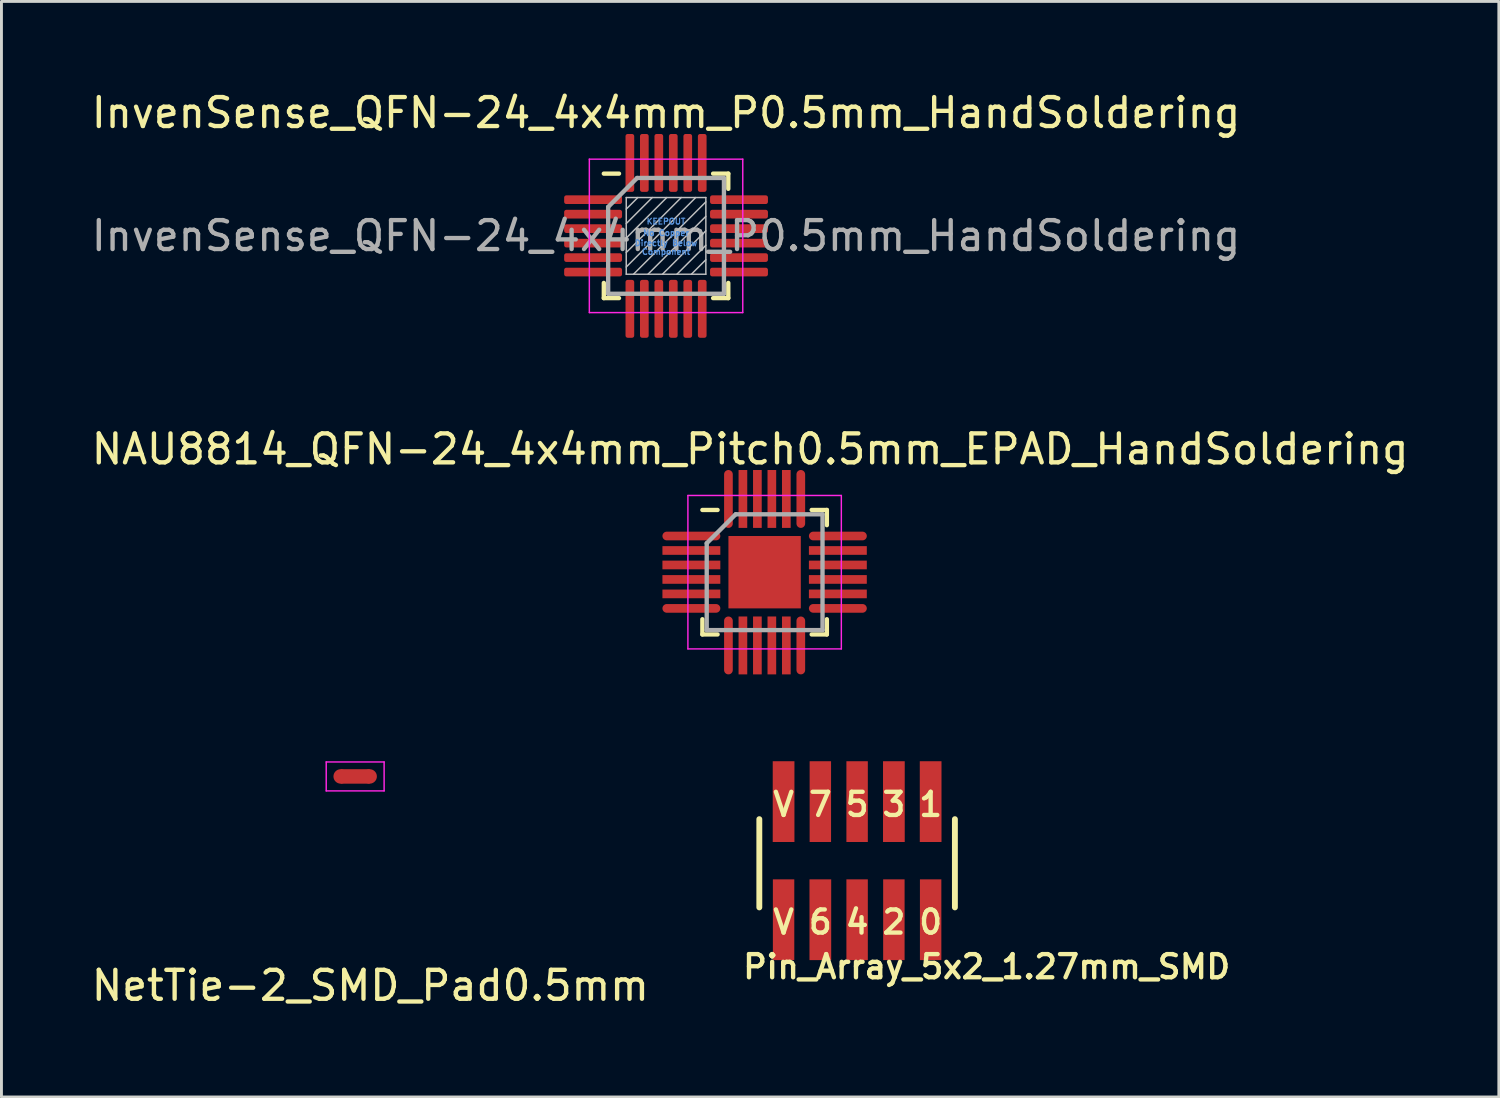
<source format=kicad_pcb>
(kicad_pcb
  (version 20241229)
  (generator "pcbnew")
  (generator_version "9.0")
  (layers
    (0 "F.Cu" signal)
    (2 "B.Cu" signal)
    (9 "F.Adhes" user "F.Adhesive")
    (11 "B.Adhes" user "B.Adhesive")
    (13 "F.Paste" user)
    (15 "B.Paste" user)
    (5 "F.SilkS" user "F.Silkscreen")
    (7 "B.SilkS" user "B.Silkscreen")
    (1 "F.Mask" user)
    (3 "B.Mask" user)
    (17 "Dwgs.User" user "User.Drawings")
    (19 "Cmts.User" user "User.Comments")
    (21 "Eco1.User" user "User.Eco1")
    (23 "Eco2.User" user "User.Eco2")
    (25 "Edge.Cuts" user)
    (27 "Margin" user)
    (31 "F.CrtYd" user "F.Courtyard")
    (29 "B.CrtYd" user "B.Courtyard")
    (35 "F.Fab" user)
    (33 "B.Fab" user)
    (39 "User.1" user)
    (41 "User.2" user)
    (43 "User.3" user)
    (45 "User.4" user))
  (footprint "NetTie-2_SMD_Pad0.5mm"
    (layer "F.Cu")
    (at 9.219 23.771)
    (property "Reference" "NetTie-2_SMD_Pad0.5mm" (at 0.525 7.225 0) (layer "F.SilkS") (effects (font (size 1 1) (thickness 0.15))))
    (attr exclude_from_pos_files exclude_from_bom)
    (fp_poly (pts (xy -0.5 -0.25) (xy 0.5 -0.25) (xy 0.5 0.25) (xy -0.5 0.25)) (stroke (width 0) (type solid)) (fill yes) (layer "F.Cu"))
    (fp_line (start -1 -0.5) (end -1 0.5) (stroke (width 0.05) (type solid)) (layer "F.CrtYd"))
    (fp_line (start -1 0.5) (end 1 0.5) (stroke (width 0.05) (type solid)) (layer "F.CrtYd"))
    (fp_line (start 1 -0.5) (end -1 -0.5) (stroke (width 0.05) (type solid)) (layer "F.CrtYd"))
    (fp_line (start 1 0.5) (end 1 -0.5) (stroke (width 0.05) (type solid)) (layer "F.CrtYd"))
    (pad "1" smd circle (at -0.5 0) (size 0.5 0.5) (layers "F.Cu"))
    (pad "2" smd circle (at 0.5 0) (size 0.5 0.5) (layers "F.Cu")))
  (footprint "Pin_Array_5x2_1.27mm_SMD"
    (layer "F.Cu")
    (at 26.558 26.771)
    (property "Reference" "Pin_Array_5x2_1.27mm_SMD" (at 4.475 3.575 0) (layer "F.SilkS") (effects (font (size 0.8 0.8) (thickness 0.15))))
    (attr through_hole)
    (fp_line (start -3.378 -1.524) (end -3.378 1.524) (stroke (width 0.203) (type solid)) (layer "F.SilkS"))
    (fp_line (start 3.378 1.524) (end 3.378 -1.524) (stroke (width 0.203) (type solid)) (layer "F.SilkS"))
    (fp_text user "1" (at 2.54 -2.032 0) (layer "F.SilkS") (effects (font (size 0.8 0.8) (thickness 0.15))))
    (fp_text user "4" (at 0 2.032 0) (layer "F.SilkS") (effects (font (size 0.8 0.8) (thickness 0.15))))
    (fp_text user "6" (at -1.27 2.032 0) (layer "F.SilkS") (effects (font (size 0.8 0.8) (thickness 0.15))))
    (fp_text user "5" (at 0 -2.032 0) (layer "F.SilkS") (effects (font (size 0.8 0.8) (thickness 0.15))))
    (fp_text user "2" (at 1.27 2.032 0) (layer "F.SilkS") (effects (font (size 0.8 0.8) (thickness 0.15))))
    (fp_text user "V" (at -2.54 2.032 0) (layer "F.SilkS") (effects (font (size 0.8 0.8) (thickness 0.15))))
    (fp_text user "7" (at -1.27 -2.032 0) (layer "F.SilkS") (effects (font (size 0.8 0.8) (thickness 0.15))))
    (fp_text user "3" (at 1.27 -2.032 0) (layer "F.SilkS") (effects (font (size 0.8 0.8) (thickness 0.15))))
    (fp_text user "0" (at 2.54 2.032 0) (layer "F.SilkS") (effects (font (size 0.8 0.8) (thickness 0.15))))
    (fp_text user "V" (at -2.54 -2.032 0) (layer "F.SilkS") (effects (font (size 0.8 0.8) (thickness 0.15))))
    (pad "1" smd rect (at 2.54 -2.13) (size 0.75 2.79) (layers "F.Cu" "F.Mask" "F.Paste"))
    (pad "2" smd rect (at 2.54 1.95) (size 0.74 2.79) (layers "F.Cu" "F.Mask" "F.Paste"))
    (pad "3" smd rect (at 1.27 -2.13) (size 0.75 2.79) (layers "F.Cu" "F.Mask" "F.Paste"))
    (pad "4" smd rect (at 1.27 1.95) (size 0.74 2.79) (layers "F.Cu" "F.Mask" "F.Paste"))
    (pad "5" smd rect (at 0 -2.13) (size 0.74 2.79) (layers "F.Cu" "F.Mask" "F.Paste"))
    (pad "6" smd rect (at 0 1.95) (size 0.74 2.79) (layers "F.Cu" "F.Mask" "F.Paste"))
    (pad "7" smd rect (at -1.27 -2.13) (size 0.74 2.79) (layers "F.Cu" "F.Mask" "F.Paste"))
    (pad "8" smd rect (at -1.27 1.95) (size 0.75 2.79) (layers "F.Cu" "F.Mask" "F.Paste"))
    (pad "9" smd rect (at -2.54 -2.13) (size 0.75 2.79) (layers "F.Cu" "F.Mask" "F.Paste"))
    (pad "10" smd rect (at -2.54 1.95) (size 0.74 2.79) (layers "F.Cu" "F.Mask" "F.Paste")))
  (footprint "InvenSense_QFN-24_4x4mm_P0.5mm_HandSoldering"
    (layer "F.Cu")
    (at 19.958 5.098)
    (property "Reference" "InvenSense_QFN-24_4x4mm_P0.5mm_HandSoldering" (at 0 -4.25 0) (layer "F.SilkS") (effects (font (size 1 1) (thickness 0.15))))
    (attr smd)
    (fp_line (start -2.15 -2.15) (end -1.625 -2.15) (stroke (width 0.15) (type solid)) (layer "F.SilkS"))
    (fp_line (start -2.15 2.15) (end -2.15 1.625) (stroke (width 0.15) (type solid)) (layer "F.SilkS"))
    (fp_line (start -2.15 2.15) (end -1.625 2.15) (stroke (width 0.15) (type solid)) (layer "F.SilkS"))
    (fp_line (start 2.15 -2.15) (end 1.625 -2.15) (stroke (width 0.15) (type solid)) (layer "F.SilkS"))
    (fp_line (start 2.15 -2.15) (end 2.15 -1.625) (stroke (width 0.15) (type solid)) (layer "F.SilkS"))
    (fp_line (start 2.15 2.15) (end 1.625 2.15) (stroke (width 0.15) (type solid)) (layer "F.SilkS"))
    (fp_line (start 2.15 2.15) (end 2.15 1.625) (stroke (width 0.15) (type solid)) (layer "F.SilkS"))
    (fp_line (start -1.375 1.325) (end -1.375 -1.325) (stroke (width 0.05) (type solid)) (layer "Dwgs.User"))
    (fp_line (start -0.975 -1.325) (end -1.375 -0.925) (stroke (width 0.05) (type solid)) (layer "Dwgs.User"))
    (fp_line (start -0.475 -1.325) (end -1.375 -0.425) (stroke (width 0.05) (type solid)) (layer "Dwgs.User"))
    (fp_line (start 0.025 -1.325) (end -1.375 0.075) (stroke (width 0.05) (type solid)) (layer "Dwgs.User"))
    (fp_line (start 0.525 -1.325) (end -1.375 0.575) (stroke (width 0.05) (type solid)) (layer "Dwgs.User"))
    (fp_line (start 1.025 -1.325) (end -1.375 1.075) (stroke (width 0.05) (type solid)) (layer "Dwgs.User"))
    (fp_line (start 1.375 -1.325) (end -1.375 -1.325) (stroke (width 0.05) (type solid)) (layer "Dwgs.User"))
    (fp_line (start 1.375 -1.175) (end -1.125 1.325) (stroke (width 0.05) (type solid)) (layer "Dwgs.User"))
    (fp_line (start 1.375 -0.675) (end -0.625 1.325) (stroke (width 0.05) (type solid)) (layer "Dwgs.User"))
    (fp_line (start 1.375 -0.175) (end -0.125 1.325) (stroke (width 0.05) (type solid)) (layer "Dwgs.User"))
    (fp_line (start 1.375 0.325) (end 0.375 1.325) (stroke (width 0.05) (type solid)) (layer "Dwgs.User"))
    (fp_line (start 1.375 0.825) (end 0.875 1.325) (stroke (width 0.05) (type solid)) (layer "Dwgs.User"))
    (fp_line (start 1.375 1.325) (end -1.375 1.325) (stroke (width 0.05) (type solid)) (layer "Dwgs.User"))
    (fp_line (start 1.375 1.325) (end 1.375 -1.325) (stroke (width 0.05) (type solid)) (layer "Dwgs.User"))
    (fp_line (start -2.65 -2.65) (end -2.65 2.65) (stroke (width 0.05) (type solid)) (layer "F.CrtYd"))
    (fp_line (start -2.65 -2.65) (end 2.65 -2.65) (stroke (width 0.05) (type solid)) (layer "F.CrtYd"))
    (fp_line (start -2.65 2.65) (end 2.65 2.65) (stroke (width 0.05) (type solid)) (layer "F.CrtYd"))
    (fp_line (start 2.65 -2.65) (end 2.65 2.65) (stroke (width 0.05) (type solid)) (layer "F.CrtYd"))
    (fp_line (start -2 -1) (end -1 -2) (stroke (width 0.15) (type solid)) (layer "F.Fab"))
    (fp_line (start -2 2) (end -2 -1) (stroke (width 0.15) (type solid)) (layer "F.Fab"))
    (fp_line (start -1 -2) (end 2 -2) (stroke (width 0.15) (type solid)) (layer "F.Fab"))
    (fp_line (start 2 -2) (end 2 2) (stroke (width 0.15) (type solid)) (layer "F.Fab"))
    (fp_line (start 2 2) (end -2 2) (stroke (width 0.15) (type solid)) (layer "F.Fab"))
    (fp_text user "Component" (at 0 0.55 0) (layer "Cmts.User") (effects (font (size 0.2 0.2) (thickness 0.04))))
    (fp_text user "No Copper" (at 0 -0.1 0) (layer "Cmts.User") (effects (font (size 0.2 0.2) (thickness 0.04))))
    (fp_text user "Directly Below" (at 0 0.25 0) (layer "Cmts.User") (effects (font (size 0.2 0.2) (thickness 0.04))))
    (fp_text user "KEEPOUT" (at 0 -0.5 0) (layer "Cmts.User") (effects (font (size 0.2 0.2) (thickness 0.04))))
    (fp_text user "${REFERENCE}" (at 0 0 0) (layer "F.Fab") (effects (font (size 1 1) (thickness 0.15))))
    (pad "1" smd roundrect (at -1.95 -1.25) (size 2 0.3) (drill (offset -0.57 0)) (layers "F.Cu" "F.Mask" "F.Paste") (roundrect_rratio 0.25))
    (pad "2" smd roundrect (at -1.95 -0.75) (size 2 0.3) (drill (offset -0.57 0)) (layers "F.Cu" "F.Mask" "F.Paste") (roundrect_rratio 0.25))
    (pad "3" smd roundrect (at -1.95 -0.25) (size 2 0.3) (drill (offset -0.57 0)) (layers "F.Cu" "F.Mask" "F.Paste") (roundrect_rratio 0.25))
    (pad "4" smd roundrect (at -1.95 0.25) (size 2 0.3) (drill (offset -0.57 0)) (layers "F.Cu" "F.Mask" "F.Paste") (roundrect_rratio 0.25))
    (pad "5" smd roundrect (at -1.95 0.75) (size 2 0.3) (drill (offset -0.57 0)) (layers "F.Cu" "F.Mask" "F.Paste") (roundrect_rratio 0.25))
    (pad "6" smd roundrect (at -1.95 1.25) (size 2 0.3) (drill (offset -0.57 0)) (layers "F.Cu" "F.Mask" "F.Paste") (roundrect_rratio 0.25))
    (pad "7" smd roundrect (at -1.25 1.95 90) (size 2 0.3) (drill (offset -0.57 0)) (layers "F.Cu" "F.Mask" "F.Paste") (roundrect_rratio 0.25))
    (pad "8" smd roundrect (at -0.75 1.95 90) (size 2 0.3) (drill (offset -0.57 0)) (layers "F.Cu" "F.Mask" "F.Paste") (roundrect_rratio 0.25))
    (pad "9" smd roundrect (at -0.25 1.95 90) (size 2 0.3) (drill (offset -0.57 0)) (layers "F.Cu" "F.Mask" "F.Paste") (roundrect_rratio 0.25))
    (pad "10" smd roundrect (at 0.25 1.95 90) (size 2 0.3) (drill (offset -0.57 0)) (layers "F.Cu" "F.Mask" "F.Paste") (roundrect_rratio 0.25))
    (pad "11" smd roundrect (at 0.75 1.95 90) (size 2 0.3) (drill (offset -0.57 0)) (layers "F.Cu" "F.Mask" "F.Paste") (roundrect_rratio 0.25))
    (pad "12" smd roundrect (at 1.25 1.95 90) (size 2 0.3) (drill (offset -0.57 0)) (layers "F.Cu" "F.Mask" "F.Paste") (roundrect_rratio 0.25))
    (pad "13" smd roundrect (at 1.95 1.25) (size 2 0.3) (drill (offset 0.57 0)) (layers "F.Cu" "F.Mask" "F.Paste") (roundrect_rratio 0.25))
    (pad "14" smd roundrect (at 1.95 0.75) (size 2 0.3) (drill (offset 0.57 0)) (layers "F.Cu" "F.Mask" "F.Paste") (roundrect_rratio 0.25))
    (pad "15" smd roundrect (at 1.95 0.25) (size 2 0.3) (drill (offset 0.57 0)) (layers "F.Cu" "F.Mask" "F.Paste") (roundrect_rratio 0.25))
    (pad "16" smd roundrect (at 1.95 -0.25) (size 2 0.3) (drill (offset 0.57 0)) (layers "F.Cu" "F.Mask" "F.Paste") (roundrect_rratio 0.25))
    (pad "17" smd roundrect (at 1.95 -0.75) (size 2 0.3) (drill (offset 0.57 0)) (layers "F.Cu" "F.Mask" "F.Paste") (roundrect_rratio 0.25))
    (pad "18" smd roundrect (at 1.95 -1.25) (size 2 0.3) (drill (offset 0.57 0)) (layers "F.Cu" "F.Mask" "F.Paste") (roundrect_rratio 0.25))
    (pad "19" smd roundrect (at 1.25 -1.95 90) (size 2 0.3) (drill (offset 0.57 0)) (layers "F.Cu" "F.Mask" "F.Paste") (roundrect_rratio 0.25))
    (pad "20" smd roundrect (at 0.75 -1.95 90) (size 2 0.3) (drill (offset 0.57 0)) (layers "F.Cu" "F.Mask" "F.Paste") (roundrect_rratio 0.25))
    (pad "21" smd roundrect (at 0.25 -1.95 90) (size 2 0.3) (drill (offset 0.57 0)) (layers "F.Cu" "F.Mask" "F.Paste") (roundrect_rratio 0.25))
    (pad "22" smd roundrect (at -0.25 -1.95 90) (size 2 0.3) (drill (offset 0.57 0)) (layers "F.Cu" "F.Mask" "F.Paste") (roundrect_rratio 0.25))
    (pad "23" smd roundrect (at -0.75 -1.95 90) (size 2 0.3) (drill (offset 0.57 0)) (layers "F.Cu" "F.Mask" "F.Paste") (roundrect_rratio 0.25))
    (pad "24" smd roundrect (at -1.25 -1.95 90) (size 2 0.3) (drill (offset 0.57 0)) (layers "F.Cu" "F.Mask" "F.Paste") (roundrect_rratio 0.25)))
  (footprint "NAU8814_QFN-24_4x4mm_Pitch0.5mm_EPAD_HandSoldering"
    (layer "F.Cu")
    (at 23.363 16.716)
    (property "Reference" "NAU8814_QFN-24_4x4mm_Pitch0.5mm_EPAD_HandSoldering" (at -0.5 -4.25 0) (layer "F.SilkS") (effects (font (size 1 1) (thickness 0.15))))
    (attr smd)
    (fp_line (start -2.15 -2.15) (end -1.625 -2.15) (stroke (width 0.15) (type solid)) (layer "F.SilkS"))
    (fp_line (start -2.15 2.15) (end -2.15 1.625) (stroke (width 0.15) (type solid)) (layer "F.SilkS"))
    (fp_line (start -2.15 2.15) (end -1.625 2.15) (stroke (width 0.15) (type solid)) (layer "F.SilkS"))
    (fp_line (start 2.15 -2.15) (end 1.625 -2.15) (stroke (width 0.15) (type solid)) (layer "F.SilkS"))
    (fp_line (start 2.15 -2.15) (end 2.15 -1.625) (stroke (width 0.15) (type solid)) (layer "F.SilkS"))
    (fp_line (start 2.15 2.15) (end 1.625 2.15) (stroke (width 0.15) (type solid)) (layer "F.SilkS"))
    (fp_line (start 2.15 2.15) (end 2.15 1.625) (stroke (width 0.15) (type solid)) (layer "F.SilkS"))
    (fp_line (start -2.65 -2.65) (end -2.65 2.65) (stroke (width 0.05) (type solid)) (layer "F.CrtYd"))
    (fp_line (start -2.65 -2.65) (end 2.65 -2.65) (stroke (width 0.05) (type solid)) (layer "F.CrtYd"))
    (fp_line (start -2.65 2.65) (end 2.65 2.65) (stroke (width 0.05) (type solid)) (layer "F.CrtYd"))
    (fp_line (start 2.65 -2.65) (end 2.65 2.65) (stroke (width 0.05) (type solid)) (layer "F.CrtYd"))
    (fp_line (start -2 -1) (end -1 -2) (stroke (width 0.15) (type solid)) (layer "F.Fab"))
    (fp_line (start -2 2) (end -2 -1) (stroke (width 0.15) (type solid)) (layer "F.Fab"))
    (fp_line (start -1 -2) (end 2 -2) (stroke (width 0.15) (type solid)) (layer "F.Fab"))
    (fp_line (start 2 -2) (end 2 2) (stroke (width 0.15) (type solid)) (layer "F.Fab"))
    (fp_line (start 2 2) (end -2 2) (stroke (width 0.15) (type solid)) (layer "F.Fab"))
    (pad "1" smd oval (at -2.53 -1.25) (size 2 0.3) (layers "F.Cu" "F.Mask" "F.Paste"))
    (pad "2" smd rect (at -2.53 -0.75) (size 2 0.3) (layers "F.Cu" "F.Mask" "F.Paste"))
    (pad "3" smd rect (at -2.53 -0.25) (size 2 0.3) (layers "F.Cu" "F.Mask" "F.Paste"))
    (pad "4" smd rect (at -2.53 0.25) (size 2 0.3) (layers "F.Cu" "F.Mask" "F.Paste"))
    (pad "5" smd rect (at -2.53 0.75) (size 2 0.3) (layers "F.Cu" "F.Mask" "F.Paste"))
    (pad "6" smd oval (at -2.53 1.25) (size 2 0.3) (layers "F.Cu" "F.Mask" "F.Paste"))
    (pad "7" smd oval (at -1.25 2.53 90) (size 2 0.3) (layers "F.Cu" "F.Mask" "F.Paste"))
    (pad "8" smd rect (at -0.75 2.53 90) (size 2 0.3) (layers "F.Cu" "F.Mask" "F.Paste"))
    (pad "9" smd rect (at -0.25 2.53 90) (size 2 0.3) (layers "F.Cu" "F.Mask" "F.Paste"))
    (pad "10" smd rect (at 0.25 2.53 90) (size 2 0.3) (layers "F.Cu" "F.Mask" "F.Paste"))
    (pad "11" smd rect (at 0.75 2.53 90) (size 2 0.3) (layers "F.Cu" "F.Mask" "F.Paste"))
    (pad "12" smd oval (at 1.25 2.53 90) (size 2 0.3) (layers "F.Cu" "F.Mask" "F.Paste"))
    (pad "13" smd oval (at 2.53 1.25) (size 2 0.3) (layers "F.Cu" "F.Mask" "F.Paste"))
    (pad "14" smd rect (at 2.53 0.75) (size 2 0.3) (layers "F.Cu" "F.Mask" "F.Paste"))
    (pad "15" smd rect (at 2.53 0.25) (size 2 0.3) (layers "F.Cu" "F.Mask" "F.Paste"))
    (pad "16" smd rect (at 2.53 -0.25) (size 2 0.3) (layers "F.Cu" "F.Mask" "F.Paste"))
    (pad "17" smd rect (at 2.53 -0.75) (size 2 0.3) (layers "F.Cu" "F.Mask" "F.Paste"))
    (pad "18" smd oval (at 2.53 -1.25) (size 2 0.3) (layers "F.Cu" "F.Mask" "F.Paste"))
    (pad "19" smd oval (at 1.25 -2.53 90) (size 2 0.3) (layers "F.Cu" "F.Mask" "F.Paste"))
    (pad "20" smd rect (at 0.75 -2.53 90) (size 2 0.3) (layers "F.Cu" "F.Mask" "F.Paste"))
    (pad "21" smd rect (at 0.25 -2.53 90) (size 2 0.3) (layers "F.Cu" "F.Mask" "F.Paste"))
    (pad "22" smd rect (at -0.25 -2.53 90) (size 2 0.3) (layers "F.Cu" "F.Mask" "F.Paste"))
    (pad "23" smd rect (at -0.75 -2.53 90) (size 2 0.3) (layers "F.Cu" "F.Mask" "F.Paste"))
    (pad "24" smd oval (at -1.25 -2.53 90) (size 2 0.3) (layers "F.Cu" "F.Mask" "F.Paste"))
    (pad "25" smd rect (at 0 0) (size 2.5 2.5) (layers "F.Cu" "F.Mask" "F.Paste")))
  (gr_rect
    (start -3 -3)
    (end 48.726 34.845)
    (stroke (width 0.1) (type default))
    (fill no)
    (layer "Edge.Cuts")))
</source>
